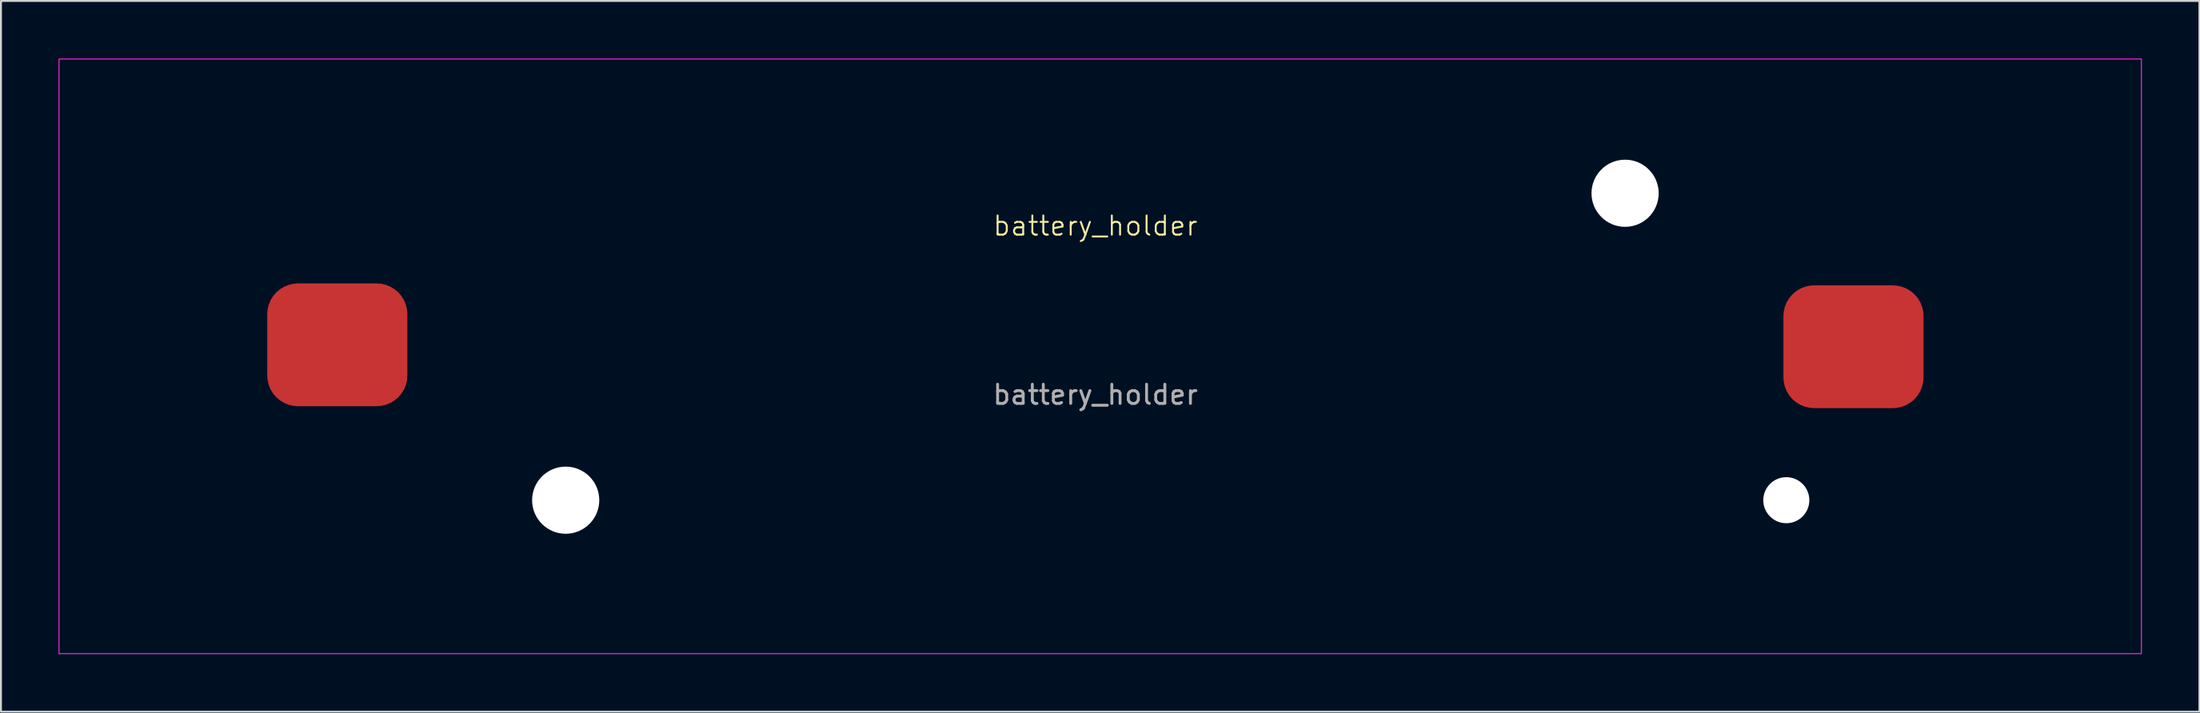
<source format=kicad_pcb>
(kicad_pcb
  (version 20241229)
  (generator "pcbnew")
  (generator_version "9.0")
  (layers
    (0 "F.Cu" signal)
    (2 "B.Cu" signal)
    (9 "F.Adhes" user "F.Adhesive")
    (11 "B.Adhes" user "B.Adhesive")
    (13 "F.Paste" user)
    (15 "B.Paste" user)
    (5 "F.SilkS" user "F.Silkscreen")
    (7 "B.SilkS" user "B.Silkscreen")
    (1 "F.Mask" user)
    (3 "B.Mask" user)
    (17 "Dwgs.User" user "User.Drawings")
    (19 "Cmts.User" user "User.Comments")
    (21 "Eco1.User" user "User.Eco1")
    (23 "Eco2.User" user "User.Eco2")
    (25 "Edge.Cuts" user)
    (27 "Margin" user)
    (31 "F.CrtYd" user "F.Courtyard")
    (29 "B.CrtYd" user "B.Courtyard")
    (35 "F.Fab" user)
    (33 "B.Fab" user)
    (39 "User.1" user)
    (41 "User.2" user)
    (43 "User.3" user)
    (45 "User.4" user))
  (footprint "battery_holder"
    (layer "F.Cu")
    (at 54.025 15.025)
    (property "Reference" "battery_holder" (at 0 -6.3 0) (unlocked yes) (layer "F.SilkS") (effects (font (size 1 1) (thickness 0.1))))
    (attr smd)
    (fp_rect (start -54 -15) (end 54.5 16) (stroke (width 0.05) (type default)) (fill no) (layer "F.CrtYd"))
    (fp_text user "${REFERENCE}" (at 0 2.5 0) (unlocked yes) (layer "F.Fab") (effects (font (size 1 1) (thickness 0.15))))
    (pad "" np_thru_hole circle (at -27.6 8) (size 3.5 3.5) (drill 3.5) (layers "*.Cu" "*.Mask"))
    (pad "" np_thru_hole circle (at 27.6 -8) (size 3.5 3.5) (drill 3.5) (layers "*.Cu" "*.Mask"))
    (pad "" np_thru_hole circle (at 36 8) (size 2.4 2.4) (drill 2.4) (layers "*.Cu" "*.Mask"))
    (pad "1" smd roundrect (at -39.5 -0.1) (size 7.3 6.4) (layers "F.Cu" "F.Mask" "F.Paste") (roundrect_rratio 0.25))
    (pad "2" smd roundrect (at 39.5 0) (size 7.3 6.4) (layers "F.Cu" "F.Mask" "F.Paste") (roundrect_rratio 0.25)))
  (gr_rect
    (start -3 -3)
    (end 111.55 34.05)
    (stroke (width 0.1) (type default))
    (fill no)
    (layer "Edge.Cuts")))
</source>
